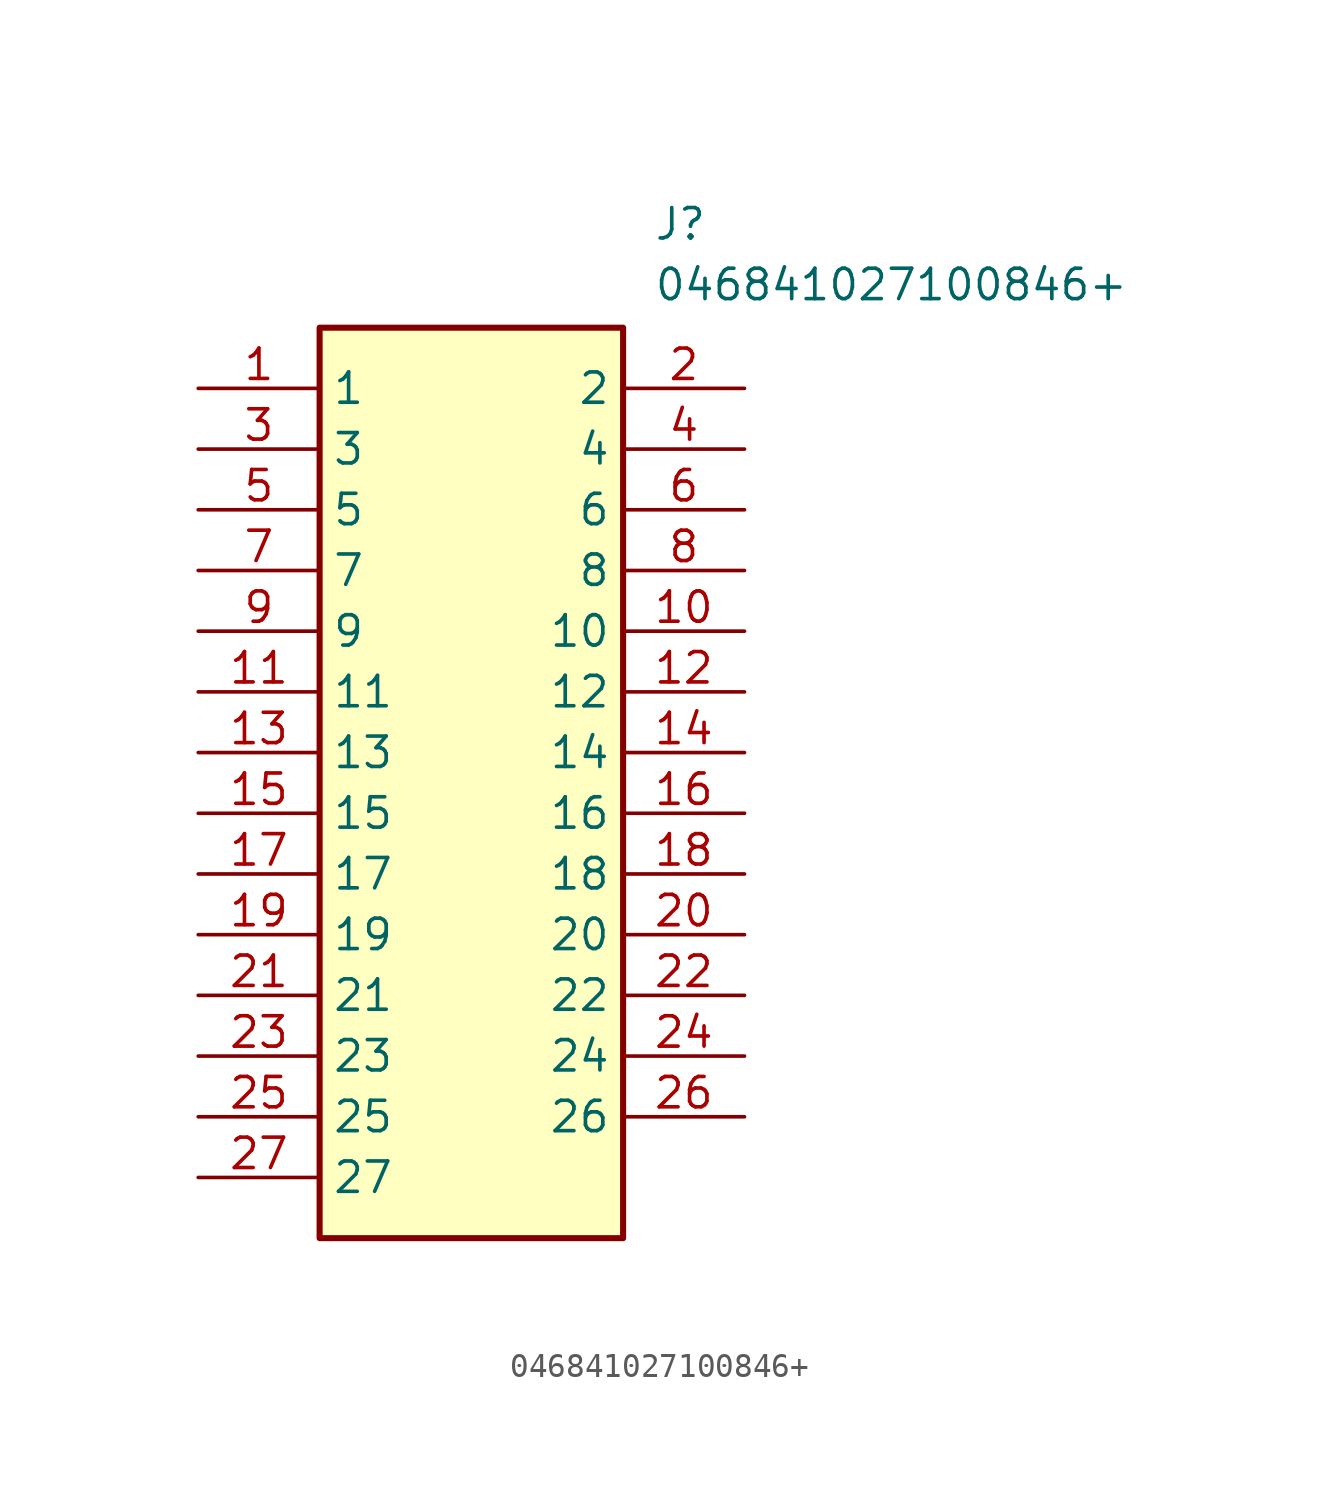
<source format=kicad_sym>
(kicad_symbol_lib
  (version 20211014)
  (generator SamacSys_ECAD_Model)
  (symbol "046841027100846+"
    (property "Reference" "J"
      (at 19.05 7.62 0)
      (effects (font (size 1.27 1.27)) (justify left top)))
    (property "Value" "046841027100846+"
      (at 19.05 5.08 0)
      (effects (font (size 1.27 1.27)) (justify left top)))
    (rectangle
      (start 5.08 2.54)
      (end 17.78 -35.56)
      (stroke (width 0.254) (type default))
      (fill (type background)))
    (pin passive line
      (at 0 0 0)
      (length 5.08)
      (name "1" (effects (font (size 1.27 1.27))))
      (number "1" (effects (font (size 1.27 1.27)))))
    (pin passive line
      (at 22.86 0 180)
      (length 5.08)
      (name "2" (effects (font (size 1.27 1.27))))
      (number "2" (effects (font (size 1.27 1.27)))))
    (pin passive line
      (at 0 -2.54 0)
      (length 5.08)
      (name "3" (effects (font (size 1.27 1.27))))
      (number "3" (effects (font (size 1.27 1.27)))))
    (pin passive line
      (at 22.86 -2.54 180)
      (length 5.08)
      (name "4" (effects (font (size 1.27 1.27))))
      (number "4" (effects (font (size 1.27 1.27)))))
    (pin passive line
      (at 0 -5.08 0)
      (length 5.08)
      (name "5" (effects (font (size 1.27 1.27))))
      (number "5" (effects (font (size 1.27 1.27)))))
    (pin passive line
      (at 22.86 -5.08 180)
      (length 5.08)
      (name "6" (effects (font (size 1.27 1.27))))
      (number "6" (effects (font (size 1.27 1.27)))))
    (pin passive line
      (at 0 -7.62 0)
      (length 5.08)
      (name "7" (effects (font (size 1.27 1.27))))
      (number "7" (effects (font (size 1.27 1.27)))))
    (pin passive line
      (at 22.86 -7.62 180)
      (length 5.08)
      (name "8" (effects (font (size 1.27 1.27))))
      (number "8" (effects (font (size 1.27 1.27)))))
    (pin passive line
      (at 0 -10.16 0)
      (length 5.08)
      (name "9" (effects (font (size 1.27 1.27))))
      (number "9" (effects (font (size 1.27 1.27)))))
    (pin passive line
      (at 22.86 -10.16 180)
      (length 5.08)
      (name "10" (effects (font (size 1.27 1.27))))
      (number "10" (effects (font (size 1.27 1.27)))))
    (pin passive line
      (at 0 -12.7 0)
      (length 5.08)
      (name "11" (effects (font (size 1.27 1.27))))
      (number "11" (effects (font (size 1.27 1.27)))))
    (pin passive line
      (at 22.86 -12.7 180)
      (length 5.08)
      (name "12" (effects (font (size 1.27 1.27))))
      (number "12" (effects (font (size 1.27 1.27)))))
    (pin passive line
      (at 0 -15.24 0)
      (length 5.08)
      (name "13" (effects (font (size 1.27 1.27))))
      (number "13" (effects (font (size 1.27 1.27)))))
    (pin passive line
      (at 22.86 -15.24 180)
      (length 5.08)
      (name "14" (effects (font (size 1.27 1.27))))
      (number "14" (effects (font (size 1.27 1.27)))))
    (pin passive line
      (at 0 -17.78 0)
      (length 5.08)
      (name "15" (effects (font (size 1.27 1.27))))
      (number "15" (effects (font (size 1.27 1.27)))))
    (pin passive line
      (at 22.86 -17.78 180)
      (length 5.08)
      (name "16" (effects (font (size 1.27 1.27))))
      (number "16" (effects (font (size 1.27 1.27)))))
    (pin passive line
      (at 0 -20.32 0)
      (length 5.08)
      (name "17" (effects (font (size 1.27 1.27))))
      (number "17" (effects (font (size 1.27 1.27)))))
    (pin passive line
      (at 22.86 -20.32 180)
      (length 5.08)
      (name "18" (effects (font (size 1.27 1.27))))
      (number "18" (effects (font (size 1.27 1.27)))))
    (pin passive line
      (at 0 -22.86 0)
      (length 5.08)
      (name "19" (effects (font (size 1.27 1.27))))
      (number "19" (effects (font (size 1.27 1.27)))))
    (pin passive line
      (at 22.86 -22.86 180)
      (length 5.08)
      (name "20" (effects (font (size 1.27 1.27))))
      (number "20" (effects (font (size 1.27 1.27)))))
    (pin passive line
      (at 0 -25.4 0)
      (length 5.08)
      (name "21" (effects (font (size 1.27 1.27))))
      (number "21" (effects (font (size 1.27 1.27)))))
    (pin passive line
      (at 22.86 -25.4 180)
      (length 5.08)
      (name "22" (effects (font (size 1.27 1.27))))
      (number "22" (effects (font (size 1.27 1.27)))))
    (pin passive line
      (at 0 -27.94 0)
      (length 5.08)
      (name "23" (effects (font (size 1.27 1.27))))
      (number "23" (effects (font (size 1.27 1.27)))))
    (pin passive line
      (at 22.86 -27.94 180)
      (length 5.08)
      (name "24" (effects (font (size 1.27 1.27))))
      (number "24" (effects (font (size 1.27 1.27)))))
    (pin passive line
      (at 0 -30.48 0)
      (length 5.08)
      (name "25" (effects (font (size 1.27 1.27))))
      (number "25" (effects (font (size 1.27 1.27)))))
    (pin passive line
      (at 22.86 -30.48 180)
      (length 5.08)
      (name "26" (effects (font (size 1.27 1.27))))
      (number "26" (effects (font (size 1.27 1.27)))))
    (pin passive line
      (at 0 -33.02 0)
      (length 5.08)
      (name "27" (effects (font (size 1.27 1.27))))
      (number "27" (effects (font (size 1.27 1.27)))))))
</source>
